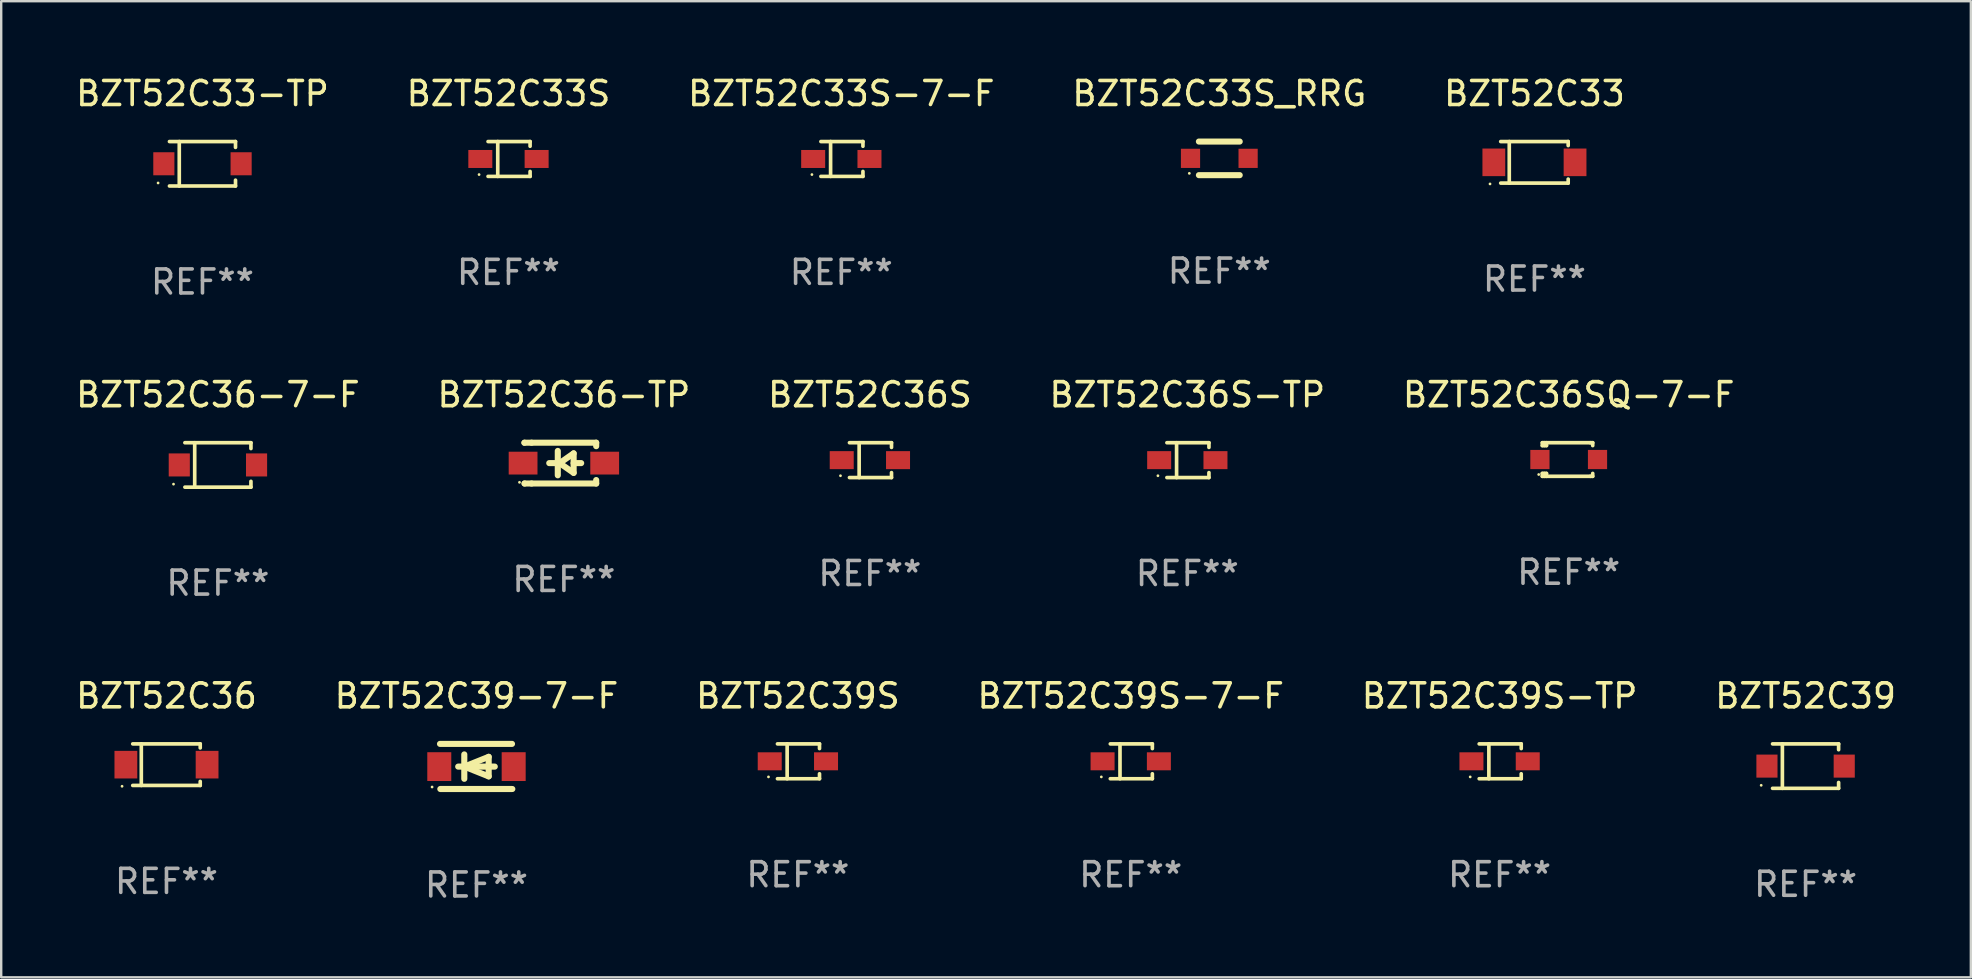
<source format=kicad_pcb>
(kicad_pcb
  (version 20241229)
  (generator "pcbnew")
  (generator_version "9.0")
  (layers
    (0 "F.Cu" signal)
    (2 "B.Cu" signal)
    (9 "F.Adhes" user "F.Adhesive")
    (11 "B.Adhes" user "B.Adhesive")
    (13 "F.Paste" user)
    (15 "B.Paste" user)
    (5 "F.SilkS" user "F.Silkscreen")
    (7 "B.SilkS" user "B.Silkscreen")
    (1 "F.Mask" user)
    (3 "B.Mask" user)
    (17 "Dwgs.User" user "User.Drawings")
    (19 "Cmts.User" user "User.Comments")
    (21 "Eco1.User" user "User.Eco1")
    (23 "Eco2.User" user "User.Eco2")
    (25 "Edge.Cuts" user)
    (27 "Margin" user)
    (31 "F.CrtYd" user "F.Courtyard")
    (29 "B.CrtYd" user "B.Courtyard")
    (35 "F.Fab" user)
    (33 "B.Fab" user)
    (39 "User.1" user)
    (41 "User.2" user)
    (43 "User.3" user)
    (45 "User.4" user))
  (footprint "BZT52C39-7-F"
    (layer "F.Cu")
    (at 16.804 28.886)
    (property "Reference" "BZT52C39-7-F" (at 0 -2.94 0) (layer "F.SilkS") (effects (font (size 1 1) (thickness 0.15))))
    (attr through_hole)
    (fp_line (start -1.52 -0.94) (end 1.48 -0.94) (stroke (width 0.254) (type solid)) (layer "F.SilkS"))
    (fp_line (start -1.507 0.94) (end 1.493 0.94) (stroke (width 0.254) (type solid)) (layer "F.SilkS"))
    (fp_line (start -0.762 0.007) (end 0.762 0.007) (stroke (width 0.254) (type solid)) (layer "F.SilkS"))
    (fp_line (start -0.508 -0.501) (end -0.508 0.515) (stroke (width 0.254) (type solid)) (layer "F.SilkS"))
    (fp_line (start -0.508 0.007) (end 0.508 -0.4) (stroke (width 0.254) (type solid)) (layer "F.SilkS"))
    (fp_line (start 0.508 -0.4) (end 0.508 0.413) (stroke (width 0.254) (type solid)) (layer "F.SilkS"))
    (fp_line (start 0.508 0.413) (end -0.508 0.007) (stroke (width 0.254) (type solid)) (layer "F.SilkS"))
    (fp_circle (center -1.85 0.857) (end -1.82 0.857) (stroke (width 0.06) (type solid)) (fill no) (layer "F.SilkS"))
    (fp_text user "REF**" (at 0 4.94 0) (layer "F.Fab") (effects (font (size 1 1) (thickness 0.15))))
    (pad "1" smd rect (at -1.55 0.007) (size 1 1.2) (layers "F.Cu" "F.Mask" "F.Paste"))
    (pad "2" smd rect (at 1.55 0.007) (size 1 1.2) (layers "F.Cu" "F.Mask" "F.Paste")))
  (footprint "BZT52C36SQ-7-F"
    (layer "F.Cu")
    (at 62.315 16.097)
    (property "Reference" "BZT52C36SQ-7-F" (at 0 -2.7 0) (layer "F.SilkS") (effects (font (size 1 1) (thickness 0.15))))
    (attr through_hole)
    (fp_line (start -1.1 -0.7) (end -1.1 -0.58) (stroke (width 0.152) (type solid)) (layer "F.SilkS"))
    (fp_line (start -1.1 0.58) (end -1.1 0.7) (stroke (width 0.152) (type solid)) (layer "F.SilkS"))
    (fp_line (start -1.1 0.58) (end -0.927 0.58) (stroke (width 0.152) (type solid)) (layer "F.SilkS"))
    (fp_line (start -1.1 0.7) (end 0.9 0.7) (stroke (width 0.152) (type solid)) (layer "F.SilkS"))
    (fp_line (start -1.014 -0.58) (end -1.014 -0.7) (stroke (width 0.152) (type solid)) (layer "F.SilkS"))
    (fp_line (start -1.014 0.7) (end -1.014 0.58) (stroke (width 0.152) (type solid)) (layer "F.SilkS"))
    (fp_line (start -0.927 -0.7) (end -0.927 -0.58) (stroke (width 0.152) (type solid)) (layer "F.SilkS"))
    (fp_line (start -0.927 -0.58) (end -1.1 -0.58) (stroke (width 0.152) (type solid)) (layer "F.SilkS"))
    (fp_line (start -0.927 0.58) (end -0.927 0.7) (stroke (width 0.152) (type solid)) (layer "F.SilkS"))
    (fp_line (start 0.9 -0.7) (end -1.1 -0.7) (stroke (width 0.152) (type solid)) (layer "F.SilkS"))
    (fp_line (start 0.9 0.7) (end 1 0.7) (stroke (width 0.152) (type solid)) (layer "F.SilkS"))
    (fp_line (start 1 -0.7) (end 0.9 -0.7) (stroke (width 0.152) (type solid)) (layer "F.SilkS"))
    (fp_line (start 1 -0.58) (end 1 -0.7) (stroke (width 0.152) (type solid)) (layer "F.SilkS"))
    (fp_line (start 1 0.7) (end 1 0.58) (stroke (width 0.152) (type solid)) (layer "F.SilkS"))
    (fp_circle (center -1.25 0.625) (end -1.22 0.625) (stroke (width 0.06) (type solid)) (fill no) (layer "F.SilkS"))
    (fp_text user "REF**" (at 0 4.7 0) (layer "F.Fab") (effects (font (size 1 1) (thickness 0.15))))
    (pad "1" smd rect (at -1.2 0) (size 0.8 0.8) (layers "F.Cu" "F.Mask" "F.Paste"))
    (pad "2" smd rect (at 1.2 0) (size 0.8 0.8) (layers "F.Cu" "F.Mask" "F.Paste")))
  (footprint "BZT52C36S"
    (layer "F.Cu")
    (at 33.196 16.123)
    (property "Reference" "BZT52C36S" (at 0 -2.726 0) (layer "F.SilkS") (effects (font (size 1 1) (thickness 0.15))))
    (attr through_hole)
    (fp_line (start -0.851 -0.726) (end 0.901 -0.726) (stroke (width 0.152) (type solid)) (layer "F.SilkS"))
    (fp_line (start -0.851 0.726) (end 0.901 0.726) (stroke (width 0.152) (type solid)) (layer "F.SilkS"))
    (fp_line (start -0.447 -0.726) (end -0.447 0.726) (stroke (width 0.152) (type solid)) (layer "F.SilkS"))
    (fp_line (start 0.901 -0.726) (end 0.901 -0.53) (stroke (width 0.152) (type solid)) (layer "F.SilkS"))
    (fp_line (start 0.901 0.726) (end 0.901 0.52) (stroke (width 0.152) (type solid)) (layer "F.SilkS"))
    (fp_circle (center -1.225 0.65) (end -1.195 0.65) (stroke (width 0.06) (type solid)) (fill no) (layer "F.SilkS"))
    (fp_text user "REF**" (at 0 4.726 0) (layer "F.Fab") (effects (font (size 1 1) (thickness 0.15))))
    (pad "1" smd rect (at -1.173 0) (size 1 0.75) (layers "F.Cu" "F.Mask" "F.Paste"))
    (pad "2" smd rect (at 1.173 0) (size 1 0.75) (layers "F.Cu" "F.Mask" "F.Paste")))
  (footprint "BZT52C33-TP"
    (layer "F.Cu")
    (at 5.387 3.774)
    (property "Reference" "BZT52C33-TP" (at 0 -2.926 0) (layer "F.SilkS") (effects (font (size 1 1) (thickness 0.15))))
    (attr through_hole)
    (fp_line (start -1.376 -0.926) (end 1.376 -0.926) (stroke (width 0.152) (type solid)) (layer "F.SilkS"))
    (fp_line (start -1.376 0.926) (end 1.376 0.926) (stroke (width 0.152) (type solid)) (layer "F.SilkS"))
    (fp_line (start -0.967 -0.926) (end -0.967 0.926) (stroke (width 0.152) (type solid)) (layer "F.SilkS"))
    (fp_line (start 1.376 -0.926) (end 1.376 -0.683) (stroke (width 0.152) (type solid)) (layer "F.SilkS"))
    (fp_line (start 1.376 0.926) (end 1.376 0.683) (stroke (width 0.152) (type solid)) (layer "F.SilkS"))
    (fp_circle (center -1.85 0.8) (end -1.82 0.8) (stroke (width 0.06) (type solid)) (fill no) (layer "F.SilkS"))
    (fp_text user "REF**" (at 0 4.926 0) (layer "F.Fab") (effects (font (size 1 1) (thickness 0.15))))
    (pad "1" smd rect (at -1.61 0) (size 0.88 0.96) (layers "F.Cu" "F.Mask" "F.Paste"))
    (pad "2" smd rect (at 1.61 0) (size 0.88 0.96) (layers "F.Cu" "F.Mask" "F.Paste")))
  (footprint "BZT52C39"
    (layer "F.Cu")
    (at 72.185 28.872)
    (property "Reference" "BZT52C39" (at 0 -2.926 0) (layer "F.SilkS") (effects (font (size 1 1) (thickness 0.15))))
    (attr through_hole)
    (fp_line (start -1.376 -0.926) (end 1.376 -0.926) (stroke (width 0.152) (type solid)) (layer "F.SilkS"))
    (fp_line (start -1.376 0.926) (end 1.376 0.926) (stroke (width 0.152) (type solid)) (layer "F.SilkS"))
    (fp_line (start -0.967 -0.926) (end -0.967 0.926) (stroke (width 0.152) (type solid)) (layer "F.SilkS"))
    (fp_line (start 1.376 -0.926) (end 1.376 -0.683) (stroke (width 0.152) (type solid)) (layer "F.SilkS"))
    (fp_line (start 1.376 0.926) (end 1.376 0.683) (stroke (width 0.152) (type solid)) (layer "F.SilkS"))
    (fp_circle (center -1.85 0.8) (end -1.82 0.8) (stroke (width 0.06) (type solid)) (fill no) (layer "F.SilkS"))
    (fp_text user "REF**" (at 0 4.926 0) (layer "F.Fab") (effects (font (size 1 1) (thickness 0.15))))
    (pad "1" smd rect (at -1.61 0) (size 0.88 0.96) (layers "F.Cu" "F.Mask" "F.Paste"))
    (pad "2" smd rect (at 1.61 0) (size 0.88 0.96) (layers "F.Cu" "F.Mask" "F.Paste")))
  (footprint "BZT52C39S-TP"
    (layer "F.Cu")
    (at 59.435 28.672)
    (property "Reference" "BZT52C39S-TP" (at 0 -2.726 0) (layer "F.SilkS") (effects (font (size 1 1) (thickness 0.15))))
    (attr through_hole)
    (fp_line (start -0.851 -0.726) (end 0.901 -0.726) (stroke (width 0.152) (type solid)) (layer "F.SilkS"))
    (fp_line (start -0.851 0.726) (end 0.901 0.726) (stroke (width 0.152) (type solid)) (layer "F.SilkS"))
    (fp_line (start -0.447 -0.726) (end -0.447 0.726) (stroke (width 0.152) (type solid)) (layer "F.SilkS"))
    (fp_line (start 0.901 -0.726) (end 0.901 -0.53) (stroke (width 0.152) (type solid)) (layer "F.SilkS"))
    (fp_line (start 0.901 0.726) (end 0.901 0.52) (stroke (width 0.152) (type solid)) (layer "F.SilkS"))
    (fp_circle (center -1.225 0.65) (end -1.195 0.65) (stroke (width 0.06) (type solid)) (fill no) (layer "F.SilkS"))
    (fp_text user "REF**" (at 0 4.726 0) (layer "F.Fab") (effects (font (size 1 1) (thickness 0.15))))
    (pad "1" smd rect (at -1.173 0) (size 1 0.75) (layers "F.Cu" "F.Mask" "F.Paste"))
    (pad "2" smd rect (at 1.173 0) (size 1 0.75) (layers "F.Cu" "F.Mask" "F.Paste")))
  (footprint "BZT52C36-TP"
    (layer "F.Cu")
    (at 20.446 16.247)
    (property "Reference" "BZT52C36-TP" (at 0 -2.85 0) (layer "F.SilkS") (effects (font (size 1 1) (thickness 0.15))))
    (attr through_hole)
    (fp_line (start -1.643 -0.85) (end -1.644 -0.849) (stroke (width 0.254) (type solid)) (layer "F.SilkS"))
    (fp_line (start -1.638 0.85) (end -1.639 0.849) (stroke (width 0.254) (type solid)) (layer "F.SilkS"))
    (fp_line (start -1.346 -0.85) (end -1.643 -0.85) (stroke (width 0.254) (type solid)) (layer "F.SilkS"))
    (fp_line (start -1.346 -0.85) (end 1.346 -0.85) (stroke (width 0.254) (type solid)) (layer "F.SilkS"))
    (fp_line (start -1.346 0.85) (end -1.638 0.85) (stroke (width 0.254) (type solid)) (layer "F.SilkS"))
    (fp_line (start -0.28 0) (end -0.61 0) (stroke (width 0.254) (type solid)) (layer "F.SilkS"))
    (fp_line (start -0.254 -0.508) (end -0.254 0.508) (stroke (width 0.254) (type solid)) (layer "F.SilkS"))
    (fp_line (start -0.178 0) (end 0.406 -0.406) (stroke (width 0.254) (type solid)) (layer "F.SilkS"))
    (fp_line (start 0.406 -0.406) (end 0.406 0.406) (stroke (width 0.254) (type solid)) (layer "F.SilkS"))
    (fp_line (start 0.406 -0.000254) (end 0.72 -0.000254) (stroke (width 0.254) (type solid)) (layer "F.SilkS"))
    (fp_line (start 0.406 0.406) (end -0.178 0) (stroke (width 0.254) (type solid)) (layer "F.SilkS"))
    (fp_line (start 1.346 -0.85) (end 1.346 -0.706) (stroke (width 0.254) (type solid)) (layer "F.SilkS"))
    (fp_line (start 1.346 0.706) (end 1.346 0.85) (stroke (width 0.254) (type solid)) (layer "F.SilkS"))
    (fp_line (start 1.346 0.85) (end -1.346 0.85) (stroke (width 0.254) (type solid)) (layer "F.SilkS"))
    (fp_circle (center -1.85 0.8) (end -1.82 0.8) (stroke (width 0.06) (type solid)) (fill no) (layer "F.SilkS"))
    (fp_text user "REF**" (at 0 4.85 0) (layer "F.Fab") (effects (font (size 1 1) (thickness 0.15))))
    (pad "1" smd rect (at -1.7 0) (size 1.2 0.95) (layers "F.Cu" "F.Mask" "F.Paste"))
    (pad "2" smd rect (at 1.7 0) (size 1.2 0.95) (layers "F.Cu" "F.Mask" "F.Paste")))
  (footprint "BZT52C36S-TP"
    (layer "F.Cu")
    (at 46.423 16.123)
    (property "Reference" "BZT52C36S-TP" (at 0 -2.726 0) (layer "F.SilkS") (effects (font (size 1 1) (thickness 0.15))))
    (attr through_hole)
    (fp_line (start -0.851 -0.726) (end 0.901 -0.726) (stroke (width 0.152) (type solid)) (layer "F.SilkS"))
    (fp_line (start -0.851 0.726) (end 0.901 0.726) (stroke (width 0.152) (type solid)) (layer "F.SilkS"))
    (fp_line (start -0.447 -0.726) (end -0.447 0.726) (stroke (width 0.152) (type solid)) (layer "F.SilkS"))
    (fp_line (start 0.901 -0.726) (end 0.901 -0.53) (stroke (width 0.152) (type solid)) (layer "F.SilkS"))
    (fp_line (start 0.901 0.726) (end 0.901 0.52) (stroke (width 0.152) (type solid)) (layer "F.SilkS"))
    (fp_circle (center -1.225 0.65) (end -1.195 0.65) (stroke (width 0.06) (type solid)) (fill no) (layer "F.SilkS"))
    (fp_text user "REF**" (at 0 4.726 0) (layer "F.Fab") (effects (font (size 1 1) (thickness 0.15))))
    (pad "1" smd rect (at -1.173 0) (size 1 0.75) (layers "F.Cu" "F.Mask" "F.Paste"))
    (pad "2" smd rect (at 1.173 0) (size 1 0.75) (layers "F.Cu" "F.Mask" "F.Paste")))
  (footprint "BZT52C33S_RRG"
    (layer "F.Cu")
    (at 47.756 3.548)
    (property "Reference" "BZT52C33S_RRG" (at 0 -2.7 0) (layer "F.SilkS") (effects (font (size 1 1) (thickness 0.15))))
    (attr through_hole)
    (fp_line (start -0.85 -0.7) (end 0.85 -0.7) (stroke (width 0.254) (type solid)) (layer "F.SilkS"))
    (fp_line (start -0.85 0.7) (end 0.85 0.7) (stroke (width 0.254) (type solid)) (layer "F.SilkS"))
    (fp_circle (center -1.25 0.625) (end -1.22 0.625) (stroke (width 0.06) (type solid)) (fill no) (layer "F.SilkS"))
    (fp_text user "REF**" (at 0 4.7 0) (layer "F.Fab") (effects (font (size 1 1) (thickness 0.15))))
    (pad "1" smd rect (at -1.2 0) (size 0.8 0.8) (layers "F.Cu" "F.Mask" "F.Paste"))
    (pad "2" smd rect (at 1.2 0) (size 0.8 0.8) (layers "F.Cu" "F.Mask" "F.Paste")))
  (footprint "BZT52C33S-7-F"
    (layer "F.Cu")
    (at 32.006 3.574)
    (property "Reference" "BZT52C33S-7-F" (at 0 -2.726 0) (layer "F.SilkS") (effects (font (size 1 1) (thickness 0.15))))
    (attr through_hole)
    (fp_line (start -0.851 -0.726) (end 0.901 -0.726) (stroke (width 0.152) (type solid)) (layer "F.SilkS"))
    (fp_line (start -0.851 0.726) (end 0.901 0.726) (stroke (width 0.152) (type solid)) (layer "F.SilkS"))
    (fp_line (start -0.447 -0.726) (end -0.447 0.726) (stroke (width 0.152) (type solid)) (layer "F.SilkS"))
    (fp_line (start 0.901 -0.726) (end 0.901 -0.53) (stroke (width 0.152) (type solid)) (layer "F.SilkS"))
    (fp_line (start 0.901 0.726) (end 0.901 0.52) (stroke (width 0.152) (type solid)) (layer "F.SilkS"))
    (fp_circle (center -1.225 0.65) (end -1.195 0.65) (stroke (width 0.06) (type solid)) (fill no) (layer "F.SilkS"))
    (fp_text user "REF**" (at 0 4.726 0) (layer "F.Fab") (effects (font (size 1 1) (thickness 0.15))))
    (pad "1" smd rect (at -1.173 0) (size 1 0.75) (layers "F.Cu" "F.Mask" "F.Paste"))
    (pad "2" smd rect (at 1.173 0) (size 1 0.75) (layers "F.Cu" "F.Mask" "F.Paste")))
  (footprint "BZT52C33"
    (layer "F.Cu")
    (at 60.887 3.714)
    (property "Reference" "BZT52C33" (at 0 -2.866 0) (layer "F.SilkS") (effects (font (size 1 1) (thickness 0.15))))
    (attr through_hole)
    (fp_line (start -1.406 -0.866) (end 1.406 -0.866) (stroke (width 0.152) (type solid)) (layer "F.SilkS"))
    (fp_line (start -1.406 0.866) (end 1.406 0.866) (stroke (width 0.152) (type solid)) (layer "F.SilkS"))
    (fp_line (start -1.049 -0.866) (end -1.049 0.866) (stroke (width 0.152) (type solid)) (layer "F.SilkS"))
    (fp_line (start 1.406 -0.866) (end 1.406 -0.698) (stroke (width 0.152) (type solid)) (layer "F.SilkS"))
    (fp_line (start 1.406 0.866) (end 1.406 0.698) (stroke (width 0.152) (type solid)) (layer "F.SilkS"))
    (fp_circle (center -1.851 0.9) (end -1.821 0.9) (stroke (width 0.06) (type solid)) (fill no) (layer "F.SilkS"))
    (fp_text user "REF**" (at 0 4.866 0) (layer "F.Fab") (effects (font (size 1 1) (thickness 0.15))))
    (pad "1" smd rect (at -1.692 0) (size 0.95 1.15) (layers "F.Cu" "F.Mask" "F.Paste"))
    (pad "2" smd rect (at 1.692 0) (size 0.95 1.15) (layers "F.Cu" "F.Mask" "F.Paste")))
  (footprint "BZT52C39S"
    (layer "F.Cu")
    (at 30.196 28.672)
    (property "Reference" "BZT52C39S" (at 0 -2.726 0) (layer "F.SilkS") (effects (font (size 1 1) (thickness 0.15))))
    (attr through_hole)
    (fp_line (start -0.851 -0.726) (end 0.901 -0.726) (stroke (width 0.152) (type solid)) (layer "F.SilkS"))
    (fp_line (start -0.851 0.726) (end 0.901 0.726) (stroke (width 0.152) (type solid)) (layer "F.SilkS"))
    (fp_line (start -0.447 -0.726) (end -0.447 0.726) (stroke (width 0.152) (type solid)) (layer "F.SilkS"))
    (fp_line (start 0.901 -0.726) (end 0.901 -0.53) (stroke (width 0.152) (type solid)) (layer "F.SilkS"))
    (fp_line (start 0.901 0.726) (end 0.901 0.52) (stroke (width 0.152) (type solid)) (layer "F.SilkS"))
    (fp_circle (center -1.225 0.65) (end -1.195 0.65) (stroke (width 0.06) (type solid)) (fill no) (layer "F.SilkS"))
    (fp_text user "REF**" (at 0 4.726 0) (layer "F.Fab") (effects (font (size 1 1) (thickness 0.15))))
    (pad "1" smd rect (at -1.173 0) (size 1 0.75) (layers "F.Cu" "F.Mask" "F.Paste"))
    (pad "2" smd rect (at 1.173 0) (size 1 0.75) (layers "F.Cu" "F.Mask" "F.Paste")))
  (footprint "BZT52C33S"
    (layer "F.Cu")
    (at 18.137 3.574)
    (property "Reference" "BZT52C33S" (at 0 -2.726 0) (layer "F.SilkS") (effects (font (size 1 1) (thickness 0.15))))
    (attr through_hole)
    (fp_line (start -0.851 -0.726) (end 0.901 -0.726) (stroke (width 0.152) (type solid)) (layer "F.SilkS"))
    (fp_line (start -0.851 0.726) (end 0.901 0.726) (stroke (width 0.152) (type solid)) (layer "F.SilkS"))
    (fp_line (start -0.447 -0.726) (end -0.447 0.726) (stroke (width 0.152) (type solid)) (layer "F.SilkS"))
    (fp_line (start 0.901 -0.726) (end 0.901 -0.53) (stroke (width 0.152) (type solid)) (layer "F.SilkS"))
    (fp_line (start 0.901 0.726) (end 0.901 0.52) (stroke (width 0.152) (type solid)) (layer "F.SilkS"))
    (fp_circle (center -1.225 0.65) (end -1.195 0.65) (stroke (width 0.06) (type solid)) (fill no) (layer "F.SilkS"))
    (fp_text user "REF**" (at 0 4.726 0) (layer "F.Fab") (effects (font (size 1 1) (thickness 0.15))))
    (pad "1" smd rect (at -1.173 0) (size 1 0.75) (layers "F.Cu" "F.Mask" "F.Paste"))
    (pad "2" smd rect (at 1.173 0) (size 1 0.75) (layers "F.Cu" "F.Mask" "F.Paste")))
  (footprint "BZT52C36"
    (layer "F.Cu")
    (at 3.887 28.812)
    (property "Reference" "BZT52C36" (at 0 -2.866 0) (layer "F.SilkS") (effects (font (size 1 1) (thickness 0.15))))
    (attr through_hole)
    (fp_line (start -1.406 -0.866) (end 1.406 -0.866) (stroke (width 0.152) (type solid)) (layer "F.SilkS"))
    (fp_line (start -1.406 0.866) (end 1.406 0.866) (stroke (width 0.152) (type solid)) (layer "F.SilkS"))
    (fp_line (start -1.049 -0.866) (end -1.049 0.866) (stroke (width 0.152) (type solid)) (layer "F.SilkS"))
    (fp_line (start 1.406 -0.866) (end 1.406 -0.698) (stroke (width 0.152) (type solid)) (layer "F.SilkS"))
    (fp_line (start 1.406 0.866) (end 1.406 0.698) (stroke (width 0.152) (type solid)) (layer "F.SilkS"))
    (fp_circle (center -1.851 0.9) (end -1.821 0.9) (stroke (width 0.06) (type solid)) (fill no) (layer "F.SilkS"))
    (fp_text user "REF**" (at 0 4.866 0) (layer "F.Fab") (effects (font (size 1 1) (thickness 0.15))))
    (pad "1" smd rect (at -1.692 0) (size 0.95 1.15) (layers "F.Cu" "F.Mask" "F.Paste"))
    (pad "2" smd rect (at 1.692 0) (size 0.95 1.15) (layers "F.Cu" "F.Mask" "F.Paste")))
  (footprint "BZT52C36-7-F"
    (layer "F.Cu")
    (at 6.03 16.323)
    (property "Reference" "BZT52C36-7-F" (at 0 -2.926 0) (layer "F.SilkS") (effects (font (size 1 1) (thickness 0.15))))
    (attr through_hole)
    (fp_line (start -1.376 -0.926) (end 1.376 -0.926) (stroke (width 0.152) (type solid)) (layer "F.SilkS"))
    (fp_line (start -1.376 0.926) (end 1.376 0.926) (stroke (width 0.152) (type solid)) (layer "F.SilkS"))
    (fp_line (start -0.967 -0.926) (end -0.967 0.926) (stroke (width 0.152) (type solid)) (layer "F.SilkS"))
    (fp_line (start 1.376 -0.926) (end 1.376 -0.683) (stroke (width 0.152) (type solid)) (layer "F.SilkS"))
    (fp_line (start 1.376 0.926) (end 1.376 0.683) (stroke (width 0.152) (type solid)) (layer "F.SilkS"))
    (fp_circle (center -1.85 0.8) (end -1.82 0.8) (stroke (width 0.06) (type solid)) (fill no) (layer "F.SilkS"))
    (fp_text user "REF**" (at 0 4.926 0) (layer "F.Fab") (effects (font (size 1 1) (thickness 0.15))))
    (pad "1" smd rect (at -1.61 0) (size 0.88 0.96) (layers "F.Cu" "F.Mask" "F.Paste"))
    (pad "2" smd rect (at 1.61 0) (size 0.88 0.96) (layers "F.Cu" "F.Mask" "F.Paste")))
  (footprint "BZT52C39S-7-F"
    (layer "F.Cu")
    (at 44.065 28.672)
    (property "Reference" "BZT52C39S-7-F" (at 0 -2.726 0) (layer "F.SilkS") (effects (font (size 1 1) (thickness 0.15))))
    (attr through_hole)
    (fp_line (start -0.851 -0.726) (end 0.901 -0.726) (stroke (width 0.152) (type solid)) (layer "F.SilkS"))
    (fp_line (start -0.851 0.726) (end 0.901 0.726) (stroke (width 0.152) (type solid)) (layer "F.SilkS"))
    (fp_line (start -0.447 -0.726) (end -0.447 0.726) (stroke (width 0.152) (type solid)) (layer "F.SilkS"))
    (fp_line (start 0.901 -0.726) (end 0.901 -0.53) (stroke (width 0.152) (type solid)) (layer "F.SilkS"))
    (fp_line (start 0.901 0.726) (end 0.901 0.52) (stroke (width 0.152) (type solid)) (layer "F.SilkS"))
    (fp_circle (center -1.225 0.65) (end -1.195 0.65) (stroke (width 0.06) (type solid)) (fill no) (layer "F.SilkS"))
    (fp_text user "REF**" (at 0 4.726 0) (layer "F.Fab") (effects (font (size 1 1) (thickness 0.15))))
    (pad "1" smd rect (at -1.173 0) (size 1 0.75) (layers "F.Cu" "F.Mask" "F.Paste"))
    (pad "2" smd rect (at 1.173 0) (size 1 0.75) (layers "F.Cu" "F.Mask" "F.Paste")))
  (gr_rect
    (start -3 -3)
    (end 79.071 37.674)
    (stroke (width 0.1) (type default))
    (fill no)
    (layer "Edge.Cuts")))
</source>
